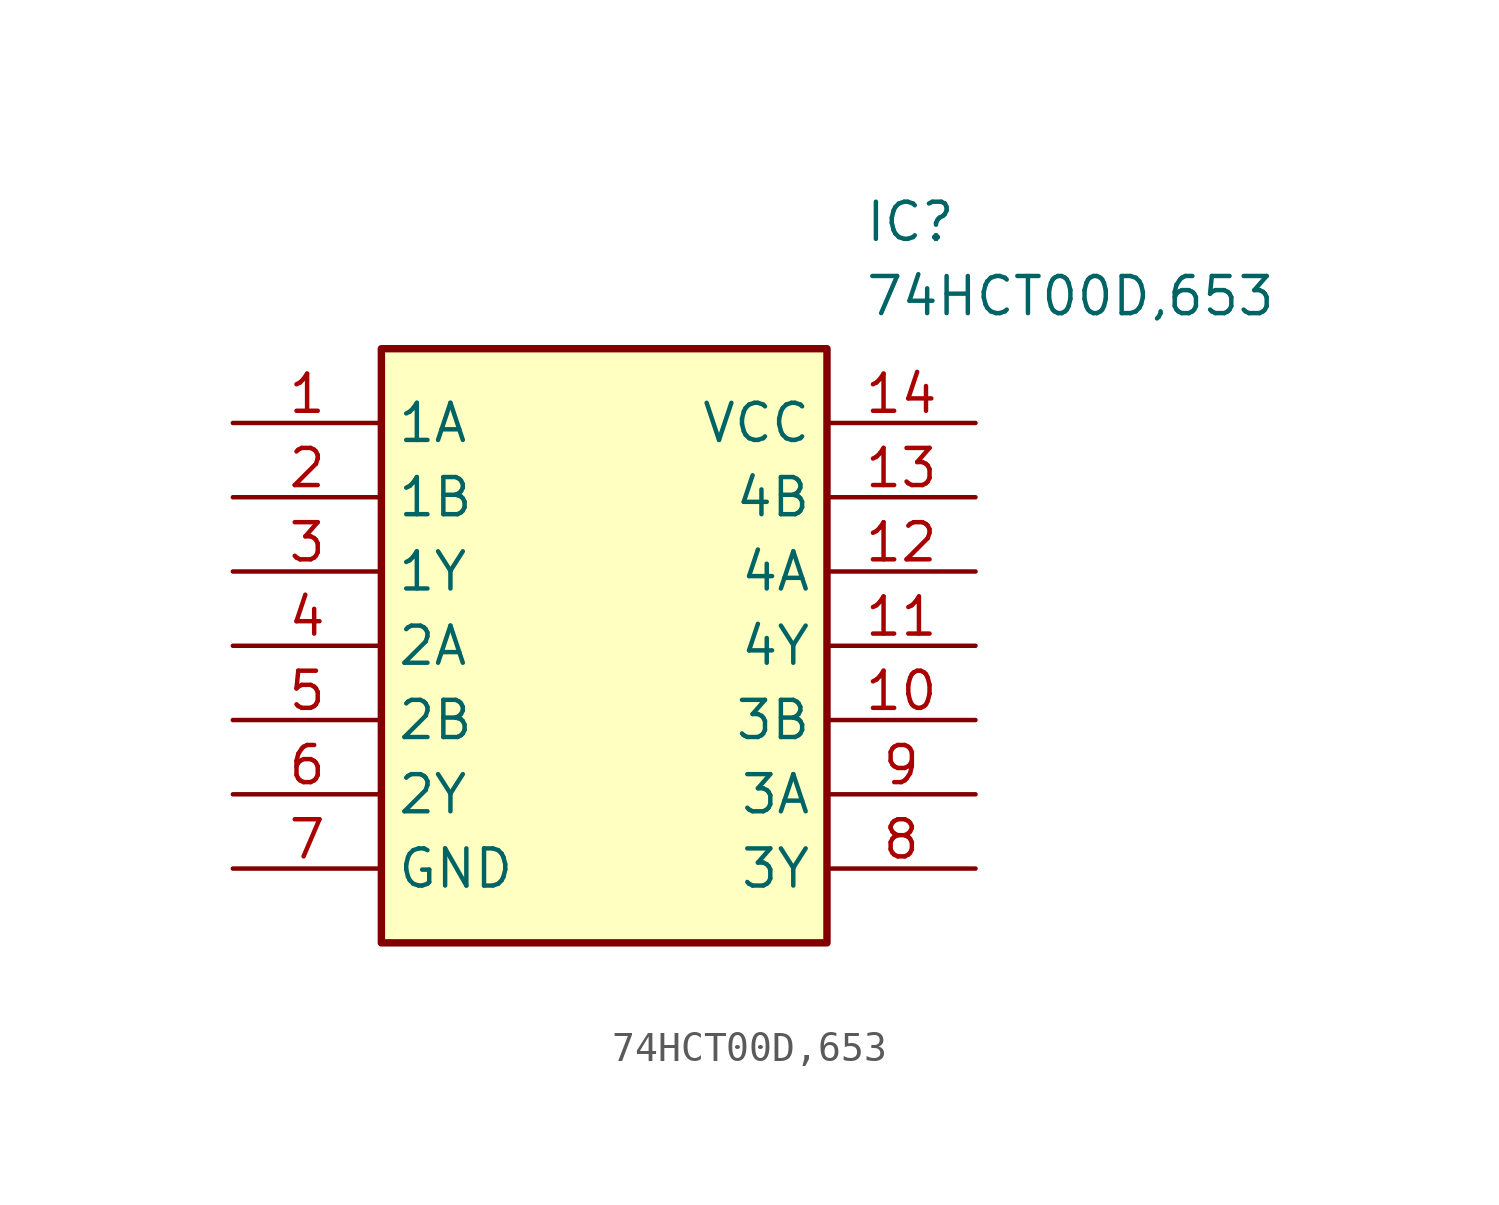
<source format=kicad_sym>
(kicad_symbol_lib
  (version 20211014)
  (generator SamacSys_ECAD_Model)
  (symbol "74HCT00D,653"
    (property "Reference" "IC"
      (at 21.59 7.62 0)
      (effects (font (size 1.27 1.27)) (justify left top)))
    (property "Value" "74HCT00D,653"
      (at 21.59 5.08 0)
      (effects (font (size 1.27 1.27)) (justify left top)))
    (rectangle
      (start 5.08 2.54)
      (end 20.32 -17.78)
      (stroke (width 0.254) (type default))
      (fill (type background)))
    (pin passive line
      (at 0 0 0)
      (length 5.08)
      (name "1A" (effects (font (size 1.27 1.27))))
      (number "1" (effects (font (size 1.27 1.27)))))
    (pin passive line
      (at 0 -2.54 0)
      (length 5.08)
      (name "1B" (effects (font (size 1.27 1.27))))
      (number "2" (effects (font (size 1.27 1.27)))))
    (pin passive line
      (at 0 -5.08 0)
      (length 5.08)
      (name "1Y" (effects (font (size 1.27 1.27))))
      (number "3" (effects (font (size 1.27 1.27)))))
    (pin passive line
      (at 0 -7.62 0)
      (length 5.08)
      (name "2A" (effects (font (size 1.27 1.27))))
      (number "4" (effects (font (size 1.27 1.27)))))
    (pin passive line
      (at 0 -10.16 0)
      (length 5.08)
      (name "2B" (effects (font (size 1.27 1.27))))
      (number "5" (effects (font (size 1.27 1.27)))))
    (pin passive line
      (at 0 -12.7 0)
      (length 5.08)
      (name "2Y" (effects (font (size 1.27 1.27))))
      (number "6" (effects (font (size 1.27 1.27)))))
    (pin passive line
      (at 0 -15.24 0)
      (length 5.08)
      (name "GND" (effects (font (size 1.27 1.27))))
      (number "7" (effects (font (size 1.27 1.27)))))
    (pin passive line
      (at 25.4 0 180)
      (length 5.08)
      (name "VCC" (effects (font (size 1.27 1.27))))
      (number "14" (effects (font (size 1.27 1.27)))))
    (pin passive line
      (at 25.4 -2.54 180)
      (length 5.08)
      (name "4B" (effects (font (size 1.27 1.27))))
      (number "13" (effects (font (size 1.27 1.27)))))
    (pin passive line
      (at 25.4 -5.08 180)
      (length 5.08)
      (name "4A" (effects (font (size 1.27 1.27))))
      (number "12" (effects (font (size 1.27 1.27)))))
    (pin passive line
      (at 25.4 -7.62 180)
      (length 5.08)
      (name "4Y" (effects (font (size 1.27 1.27))))
      (number "11" (effects (font (size 1.27 1.27)))))
    (pin passive line
      (at 25.4 -10.16 180)
      (length 5.08)
      (name "3B" (effects (font (size 1.27 1.27))))
      (number "10" (effects (font (size 1.27 1.27)))))
    (pin passive line
      (at 25.4 -12.7 180)
      (length 5.08)
      (name "3A" (effects (font (size 1.27 1.27))))
      (number "9" (effects (font (size 1.27 1.27)))))
    (pin passive line
      (at 25.4 -15.24 180)
      (length 5.08)
      (name "3Y" (effects (font (size 1.27 1.27))))
      (number "8" (effects (font (size 1.27 1.27)))))))
</source>
